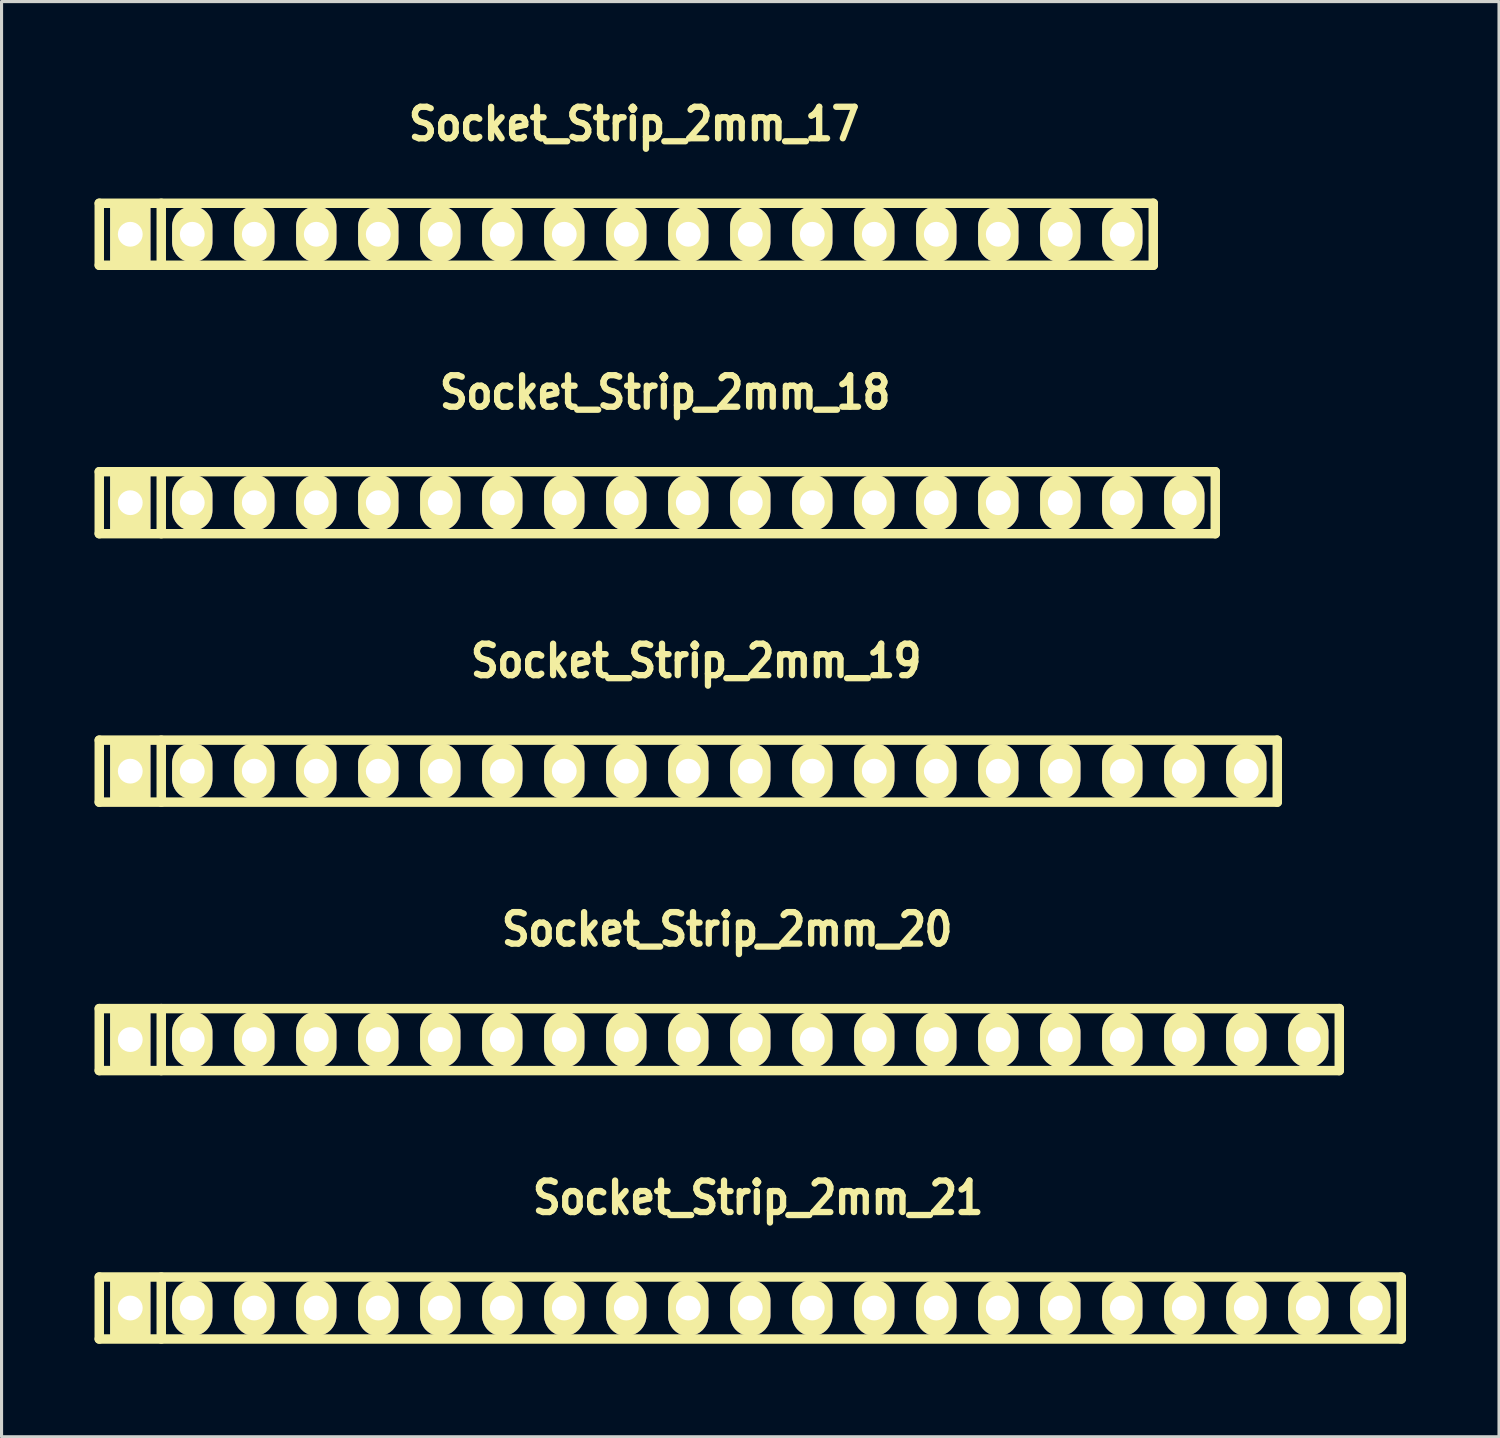
<source format=kicad_pcb>
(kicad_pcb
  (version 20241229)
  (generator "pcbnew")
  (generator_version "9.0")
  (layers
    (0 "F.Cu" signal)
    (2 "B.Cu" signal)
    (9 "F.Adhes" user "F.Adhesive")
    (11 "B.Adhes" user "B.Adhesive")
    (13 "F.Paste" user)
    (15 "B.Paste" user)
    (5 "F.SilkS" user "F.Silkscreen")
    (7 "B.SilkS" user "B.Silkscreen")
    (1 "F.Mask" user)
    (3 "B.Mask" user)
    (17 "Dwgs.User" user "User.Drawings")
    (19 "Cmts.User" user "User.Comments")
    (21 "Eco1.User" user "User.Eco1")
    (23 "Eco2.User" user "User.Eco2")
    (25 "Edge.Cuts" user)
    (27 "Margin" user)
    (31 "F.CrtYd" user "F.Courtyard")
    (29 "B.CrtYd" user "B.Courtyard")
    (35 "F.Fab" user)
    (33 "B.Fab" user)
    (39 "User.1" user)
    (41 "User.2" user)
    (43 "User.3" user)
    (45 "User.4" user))
  (footprint "Socket_Strip_2mm_21"
    (layer "F.Cu")
    (at 21.152 39.144)
    (property "Reference" "Socket_Strip_2mm_21" (at 0.254 -3.556 0) (layer "F.SilkS") (effects (font (size 1.016 0.889) (thickness 0.203))))
    (attr through_hole)
    (fp_line (start -21 -1) (end 21 -1) (stroke (width 0.305) (type solid)) (layer "F.SilkS"))
    (fp_line (start -21 1) (end -21 -1) (stroke (width 0.305) (type solid)) (layer "F.SilkS"))
    (fp_line (start -19 -1) (end -19 1) (stroke (width 0.305) (type solid)) (layer "F.SilkS"))
    (fp_line (start 21 -1) (end 21 1) (stroke (width 0.305) (type solid)) (layer "F.SilkS"))
    (fp_line (start 21 1) (end -21 1) (stroke (width 0.305) (type solid)) (layer "F.SilkS"))
    (pad "1" thru_hole rect (at -20 0) (size 1.3 1.8) (drill 0.8) (layers "*.Cu" "*.Mask" "F.SilkS"))
    (pad "2" thru_hole oval (at -18 0) (size 1.3 1.8) (drill 0.8) (layers "*.Cu" "*.Mask" "F.SilkS"))
    (pad "3" thru_hole oval (at -16 0) (size 1.3 1.8) (drill 0.8) (layers "*.Cu" "*.Mask" "F.SilkS"))
    (pad "4" thru_hole oval (at -14 0) (size 1.3 1.8) (drill 0.8) (layers "*.Cu" "*.Mask" "F.SilkS"))
    (pad "5" thru_hole oval (at -12 0) (size 1.3 1.8) (drill 0.8) (layers "*.Cu" "*.Mask" "F.SilkS"))
    (pad "6" thru_hole oval (at -10 0) (size 1.3 1.8) (drill 0.8) (layers "*.Cu" "*.Mask" "F.SilkS"))
    (pad "7" thru_hole oval (at -8 0) (size 1.3 1.8) (drill 0.8) (layers "*.Cu" "*.Mask" "F.SilkS"))
    (pad "8" thru_hole oval (at -6 0) (size 1.3 1.8) (drill 0.8) (layers "*.Cu" "*.Mask" "F.SilkS"))
    (pad "9" thru_hole oval (at -4 0) (size 1.3 1.8) (drill 0.8) (layers "*.Cu" "*.Mask" "F.SilkS"))
    (pad "10" thru_hole oval (at -2 0) (size 1.3 1.8) (drill 0.8) (layers "*.Cu" "*.Mask" "F.SilkS"))
    (pad "11" thru_hole oval (at 0 0) (size 1.3 1.8) (drill 0.8) (layers "*.Cu" "*.Mask" "F.SilkS"))
    (pad "12" thru_hole oval (at 2 0) (size 1.3 1.8) (drill 0.8) (layers "*.Cu" "*.Mask" "F.SilkS"))
    (pad "13" thru_hole oval (at 4 0) (size 1.3 1.8) (drill 0.8) (layers "*.Cu" "*.Mask" "F.SilkS"))
    (pad "14" thru_hole oval (at 6 0) (size 1.3 1.8) (drill 0.8) (layers "*.Cu" "*.Mask" "F.SilkS"))
    (pad "15" thru_hole oval (at 8 0) (size 1.3 1.8) (drill 0.8) (layers "*.Cu" "*.Mask" "F.SilkS"))
    (pad "16" thru_hole oval (at 10 0) (size 1.3 1.8) (drill 0.8) (layers "*.Cu" "*.Mask" "F.SilkS"))
    (pad "17" thru_hole oval (at 12 0) (size 1.3 1.8) (drill 0.8) (layers "*.Cu" "*.Mask" "F.SilkS"))
    (pad "18" thru_hole oval (at 14 0) (size 1.3 1.8) (drill 0.8) (layers "*.Cu" "*.Mask" "F.SilkS"))
    (pad "19" thru_hole oval (at 16 0) (size 1.3 1.8) (drill 0.8) (layers "*.Cu" "*.Mask" "F.SilkS"))
    (pad "20" thru_hole oval (at 18 0) (size 1.3 1.8) (drill 0.8) (layers "*.Cu" "*.Mask" "F.SilkS"))
    (pad "21" thru_hole oval (at 20 0) (size 1.3 1.8) (drill 0.8) (layers "*.Cu" "*.Mask" "F.SilkS")))
  (footprint "Socket_Strip_2mm_17"
    (layer "F.Cu")
    (at 17.152 4.507)
    (property "Reference" "Socket_Strip_2mm_17" (at 0.254 -3.556 0) (layer "F.SilkS") (effects (font (size 1.016 0.889) (thickness 0.203))))
    (attr through_hole)
    (fp_line (start -17 -1) (end 17 -1) (stroke (width 0.305) (type solid)) (layer "F.SilkS"))
    (fp_line (start -17 1) (end -17 -1) (stroke (width 0.305) (type solid)) (layer "F.SilkS"))
    (fp_line (start -15 -1) (end -15 1) (stroke (width 0.305) (type solid)) (layer "F.SilkS"))
    (fp_line (start 17 -1) (end 17 1) (stroke (width 0.305) (type solid)) (layer "F.SilkS"))
    (fp_line (start 17 1) (end -17 1) (stroke (width 0.305) (type solid)) (layer "F.SilkS"))
    (pad "1" thru_hole rect (at -16 0) (size 1.3 1.8) (drill 0.8) (layers "*.Cu" "*.Mask" "F.SilkS"))
    (pad "2" thru_hole oval (at -14 0) (size 1.3 1.8) (drill 0.8) (layers "*.Cu" "*.Mask" "F.SilkS"))
    (pad "3" thru_hole oval (at -12 0) (size 1.3 1.8) (drill 0.8) (layers "*.Cu" "*.Mask" "F.SilkS"))
    (pad "4" thru_hole oval (at -10 0) (size 1.3 1.8) (drill 0.8) (layers "*.Cu" "*.Mask" "F.SilkS"))
    (pad "5" thru_hole oval (at -8 0) (size 1.3 1.8) (drill 0.8) (layers "*.Cu" "*.Mask" "F.SilkS"))
    (pad "6" thru_hole oval (at -6 0) (size 1.3 1.8) (drill 0.8) (layers "*.Cu" "*.Mask" "F.SilkS"))
    (pad "7" thru_hole oval (at -4 0) (size 1.3 1.8) (drill 0.8) (layers "*.Cu" "*.Mask" "F.SilkS"))
    (pad "8" thru_hole oval (at -2 0) (size 1.3 1.8) (drill 0.8) (layers "*.Cu" "*.Mask" "F.SilkS"))
    (pad "9" thru_hole oval (at 0 0) (size 1.3 1.8) (drill 0.8) (layers "*.Cu" "*.Mask" "F.SilkS"))
    (pad "10" thru_hole oval (at 2 0) (size 1.3 1.8) (drill 0.8) (layers "*.Cu" "*.Mask" "F.SilkS"))
    (pad "11" thru_hole oval (at 4 0) (size 1.3 1.8) (drill 0.8) (layers "*.Cu" "*.Mask" "F.SilkS"))
    (pad "12" thru_hole oval (at 6 0) (size 1.3 1.8) (drill 0.8) (layers "*.Cu" "*.Mask" "F.SilkS"))
    (pad "13" thru_hole oval (at 8 0) (size 1.3 1.8) (drill 0.8) (layers "*.Cu" "*.Mask" "F.SilkS"))
    (pad "14" thru_hole oval (at 10 0) (size 1.3 1.8) (drill 0.8) (layers "*.Cu" "*.Mask" "F.SilkS"))
    (pad "15" thru_hole oval (at 12 0) (size 1.3 1.8) (drill 0.8) (layers "*.Cu" "*.Mask" "F.SilkS"))
    (pad "16" thru_hole oval (at 14 0) (size 1.3 1.8) (drill 0.8) (layers "*.Cu" "*.Mask" "F.SilkS"))
    (pad "17" thru_hole oval (at 16 0) (size 1.3 1.8) (drill 0.8) (layers "*.Cu" "*.Mask" "F.SilkS")))
  (footprint "Socket_Strip_2mm_20"
    (layer "F.Cu")
    (at 20.152 30.485)
    (property "Reference" "Socket_Strip_2mm_20" (at 0.254 -3.556 0) (layer "F.SilkS") (effects (font (size 1.016 0.889) (thickness 0.203))))
    (attr through_hole)
    (fp_line (start -20 -1) (end 20 -1) (stroke (width 0.305) (type solid)) (layer "F.SilkS"))
    (fp_line (start -20 1) (end -20 -1) (stroke (width 0.305) (type solid)) (layer "F.SilkS"))
    (fp_line (start -18 -1) (end -18 1) (stroke (width 0.305) (type solid)) (layer "F.SilkS"))
    (fp_line (start 20 -1) (end 20 1) (stroke (width 0.305) (type solid)) (layer "F.SilkS"))
    (fp_line (start 20 1) (end -20 1) (stroke (width 0.305) (type solid)) (layer "F.SilkS"))
    (pad "1" thru_hole rect (at -19 0) (size 1.3 1.8) (drill 0.8) (layers "*.Cu" "*.Mask" "F.SilkS"))
    (pad "2" thru_hole oval (at -17 0) (size 1.3 1.8) (drill 0.8) (layers "*.Cu" "*.Mask" "F.SilkS"))
    (pad "3" thru_hole oval (at -15 0) (size 1.3 1.8) (drill 0.8) (layers "*.Cu" "*.Mask" "F.SilkS"))
    (pad "4" thru_hole oval (at -13 0) (size 1.3 1.8) (drill 0.8) (layers "*.Cu" "*.Mask" "F.SilkS"))
    (pad "5" thru_hole oval (at -11 0) (size 1.3 1.8) (drill 0.8) (layers "*.Cu" "*.Mask" "F.SilkS"))
    (pad "6" thru_hole oval (at -9 0) (size 1.3 1.8) (drill 0.8) (layers "*.Cu" "*.Mask" "F.SilkS"))
    (pad "7" thru_hole oval (at -7 0) (size 1.3 1.8) (drill 0.8) (layers "*.Cu" "*.Mask" "F.SilkS"))
    (pad "8" thru_hole oval (at -5 0) (size 1.3 1.8) (drill 0.8) (layers "*.Cu" "*.Mask" "F.SilkS"))
    (pad "9" thru_hole oval (at -3 0) (size 1.3 1.8) (drill 0.8) (layers "*.Cu" "*.Mask" "F.SilkS"))
    (pad "10" thru_hole oval (at -1 0) (size 1.3 1.8) (drill 0.8) (layers "*.Cu" "*.Mask" "F.SilkS"))
    (pad "11" thru_hole oval (at 1 0) (size 1.3 1.8) (drill 0.8) (layers "*.Cu" "*.Mask" "F.SilkS"))
    (pad "12" thru_hole oval (at 3 0) (size 1.3 1.8) (drill 0.8) (layers "*.Cu" "*.Mask" "F.SilkS"))
    (pad "13" thru_hole oval (at 5 0) (size 1.3 1.8) (drill 0.8) (layers "*.Cu" "*.Mask" "F.SilkS"))
    (pad "14" thru_hole oval (at 7 0) (size 1.3 1.8) (drill 0.8) (layers "*.Cu" "*.Mask" "F.SilkS"))
    (pad "15" thru_hole oval (at 9 0) (size 1.3 1.8) (drill 0.8) (layers "*.Cu" "*.Mask" "F.SilkS"))
    (pad "16" thru_hole oval (at 11 0) (size 1.3 1.8) (drill 0.8) (layers "*.Cu" "*.Mask" "F.SilkS"))
    (pad "17" thru_hole oval (at 13 0) (size 1.3 1.8) (drill 0.8) (layers "*.Cu" "*.Mask" "F.SilkS"))
    (pad "18" thru_hole oval (at 15 0) (size 1.3 1.8) (drill 0.8) (layers "*.Cu" "*.Mask" "F.SilkS"))
    (pad "19" thru_hole oval (at 17 0) (size 1.3 1.8) (drill 0.8) (layers "*.Cu" "*.Mask" "F.SilkS"))
    (pad "20" thru_hole oval (at 19 0) (size 1.3 1.8) (drill 0.8) (layers "*.Cu" "*.Mask" "F.SilkS")))
  (footprint "Socket_Strip_2mm_18"
    (layer "F.Cu")
    (at 18.152 13.166)
    (property "Reference" "Socket_Strip_2mm_18" (at 0.254 -3.556 0) (layer "F.SilkS") (effects (font (size 1.016 0.889) (thickness 0.203))))
    (attr through_hole)
    (fp_line (start -18 -1) (end 18 -1) (stroke (width 0.305) (type solid)) (layer "F.SilkS"))
    (fp_line (start -18 1) (end -18 -1) (stroke (width 0.305) (type solid)) (layer "F.SilkS"))
    (fp_line (start -16 -1) (end -16 1) (stroke (width 0.305) (type solid)) (layer "F.SilkS"))
    (fp_line (start 18 -1) (end 18 1) (stroke (width 0.305) (type solid)) (layer "F.SilkS"))
    (fp_line (start 18 1) (end -18 1) (stroke (width 0.305) (type solid)) (layer "F.SilkS"))
    (pad "1" thru_hole rect (at -17 0) (size 1.3 1.8) (drill 0.8) (layers "*.Cu" "*.Mask" "F.SilkS"))
    (pad "2" thru_hole oval (at -15 0) (size 1.3 1.8) (drill 0.8) (layers "*.Cu" "*.Mask" "F.SilkS"))
    (pad "3" thru_hole oval (at -13 0) (size 1.3 1.8) (drill 0.8) (layers "*.Cu" "*.Mask" "F.SilkS"))
    (pad "4" thru_hole oval (at -11 0) (size 1.3 1.8) (drill 0.8) (layers "*.Cu" "*.Mask" "F.SilkS"))
    (pad "5" thru_hole oval (at -9 0) (size 1.3 1.8) (drill 0.8) (layers "*.Cu" "*.Mask" "F.SilkS"))
    (pad "6" thru_hole oval (at -7 0) (size 1.3 1.8) (drill 0.8) (layers "*.Cu" "*.Mask" "F.SilkS"))
    (pad "7" thru_hole oval (at -5 0) (size 1.3 1.8) (drill 0.8) (layers "*.Cu" "*.Mask" "F.SilkS"))
    (pad "8" thru_hole oval (at -3 0) (size 1.3 1.8) (drill 0.8) (layers "*.Cu" "*.Mask" "F.SilkS"))
    (pad "9" thru_hole oval (at -1 0) (size 1.3 1.8) (drill 0.8) (layers "*.Cu" "*.Mask" "F.SilkS"))
    (pad "10" thru_hole oval (at 1 0) (size 1.3 1.8) (drill 0.8) (layers "*.Cu" "*.Mask" "F.SilkS"))
    (pad "11" thru_hole oval (at 3 0) (size 1.3 1.8) (drill 0.8) (layers "*.Cu" "*.Mask" "F.SilkS"))
    (pad "12" thru_hole oval (at 5 0) (size 1.3 1.8) (drill 0.8) (layers "*.Cu" "*.Mask" "F.SilkS"))
    (pad "13" thru_hole oval (at 7 0) (size 1.3 1.8) (drill 0.8) (layers "*.Cu" "*.Mask" "F.SilkS"))
    (pad "14" thru_hole oval (at 9 0) (size 1.3 1.8) (drill 0.8) (layers "*.Cu" "*.Mask" "F.SilkS"))
    (pad "15" thru_hole oval (at 11 0) (size 1.3 1.8) (drill 0.8) (layers "*.Cu" "*.Mask" "F.SilkS"))
    (pad "16" thru_hole oval (at 13 0) (size 1.3 1.8) (drill 0.8) (layers "*.Cu" "*.Mask" "F.SilkS"))
    (pad "17" thru_hole oval (at 15 0) (size 1.3 1.8) (drill 0.8) (layers "*.Cu" "*.Mask" "F.SilkS"))
    (pad "18" thru_hole oval (at 17 0) (size 1.3 1.8) (drill 0.8) (layers "*.Cu" "*.Mask" "F.SilkS")))
  (footprint "Socket_Strip_2mm_19"
    (layer "F.Cu")
    (at 19.152 21.826)
    (property "Reference" "Socket_Strip_2mm_19" (at 0.254 -3.556 0) (layer "F.SilkS") (effects (font (size 1.016 0.889) (thickness 0.203))))
    (attr through_hole)
    (fp_line (start -19 -1) (end 19 -1) (stroke (width 0.305) (type solid)) (layer "F.SilkS"))
    (fp_line (start -19 1) (end -19 -1) (stroke (width 0.305) (type solid)) (layer "F.SilkS"))
    (fp_line (start -17 -1) (end -17 1) (stroke (width 0.305) (type solid)) (layer "F.SilkS"))
    (fp_line (start 19 -1) (end 19 1) (stroke (width 0.305) (type solid)) (layer "F.SilkS"))
    (fp_line (start 19 1) (end -19 1) (stroke (width 0.305) (type solid)) (layer "F.SilkS"))
    (pad "1" thru_hole rect (at -18 0) (size 1.3 1.8) (drill 0.8) (layers "*.Cu" "*.Mask" "F.SilkS"))
    (pad "2" thru_hole oval (at -16 0) (size 1.3 1.8) (drill 0.8) (layers "*.Cu" "*.Mask" "F.SilkS"))
    (pad "3" thru_hole oval (at -14 0) (size 1.3 1.8) (drill 0.8) (layers "*.Cu" "*.Mask" "F.SilkS"))
    (pad "4" thru_hole oval (at -12 0) (size 1.3 1.8) (drill 0.8) (layers "*.Cu" "*.Mask" "F.SilkS"))
    (pad "5" thru_hole oval (at -10 0) (size 1.3 1.8) (drill 0.8) (layers "*.Cu" "*.Mask" "F.SilkS"))
    (pad "6" thru_hole oval (at -8 0) (size 1.3 1.8) (drill 0.8) (layers "*.Cu" "*.Mask" "F.SilkS"))
    (pad "7" thru_hole oval (at -6 0) (size 1.3 1.8) (drill 0.8) (layers "*.Cu" "*.Mask" "F.SilkS"))
    (pad "8" thru_hole oval (at -4 0) (size 1.3 1.8) (drill 0.8) (layers "*.Cu" "*.Mask" "F.SilkS"))
    (pad "9" thru_hole oval (at -2 0) (size 1.3 1.8) (drill 0.8) (layers "*.Cu" "*.Mask" "F.SilkS"))
    (pad "10" thru_hole oval (at 0 0) (size 1.3 1.8) (drill 0.8) (layers "*.Cu" "*.Mask" "F.SilkS"))
    (pad "11" thru_hole oval (at 2 0) (size 1.3 1.8) (drill 0.8) (layers "*.Cu" "*.Mask" "F.SilkS"))
    (pad "12" thru_hole oval (at 4 0) (size 1.3 1.8) (drill 0.8) (layers "*.Cu" "*.Mask" "F.SilkS"))
    (pad "13" thru_hole oval (at 6 0) (size 1.3 1.8) (drill 0.8) (layers "*.Cu" "*.Mask" "F.SilkS"))
    (pad "14" thru_hole oval (at 8 0) (size 1.3 1.8) (drill 0.8) (layers "*.Cu" "*.Mask" "F.SilkS"))
    (pad "15" thru_hole oval (at 10 0) (size 1.3 1.8) (drill 0.8) (layers "*.Cu" "*.Mask" "F.SilkS"))
    (pad "16" thru_hole oval (at 12 0) (size 1.3 1.8) (drill 0.8) (layers "*.Cu" "*.Mask" "F.SilkS"))
    (pad "17" thru_hole oval (at 14 0) (size 1.3 1.8) (drill 0.8) (layers "*.Cu" "*.Mask" "F.SilkS"))
    (pad "18" thru_hole oval (at 16 0) (size 1.3 1.8) (drill 0.8) (layers "*.Cu" "*.Mask" "F.SilkS"))
    (pad "19" thru_hole oval (at 18 0) (size 1.3 1.8) (drill 0.8) (layers "*.Cu" "*.Mask" "F.SilkS")))
  (gr_rect
    (start -3 -3)
    (end 45.305 43.297)
    (stroke (width 0.1) (type default))
    (fill no)
    (layer "Edge.Cuts")))
</source>
